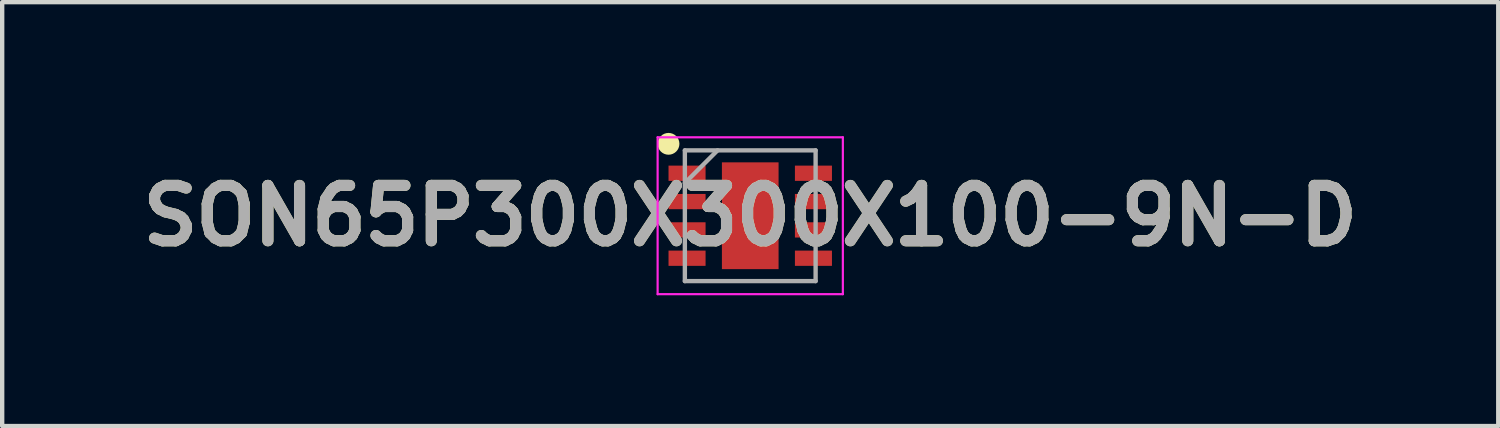
<source format=kicad_pcb>
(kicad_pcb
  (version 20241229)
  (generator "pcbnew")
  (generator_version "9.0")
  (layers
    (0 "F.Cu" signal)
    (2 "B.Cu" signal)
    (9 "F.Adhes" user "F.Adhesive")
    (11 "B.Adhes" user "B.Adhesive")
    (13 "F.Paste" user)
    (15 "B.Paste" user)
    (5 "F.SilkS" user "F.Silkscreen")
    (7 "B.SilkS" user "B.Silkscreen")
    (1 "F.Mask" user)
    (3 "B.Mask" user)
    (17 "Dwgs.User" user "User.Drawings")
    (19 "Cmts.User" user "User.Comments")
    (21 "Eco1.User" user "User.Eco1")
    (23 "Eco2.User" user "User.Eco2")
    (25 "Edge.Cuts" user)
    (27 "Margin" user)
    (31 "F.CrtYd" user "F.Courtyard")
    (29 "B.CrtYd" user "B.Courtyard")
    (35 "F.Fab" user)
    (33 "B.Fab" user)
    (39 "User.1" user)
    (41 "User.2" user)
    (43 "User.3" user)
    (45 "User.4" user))
  (footprint "SON65P300X300X100-9N-D"
    (layer "F.Cu")
    (at 14.164 1.9)
    (property "Reference" "SON65P300X300X100-9N-D" (at 0 0 0) (layer "F.SilkS") (effects (font (size 1.27 1.27) (thickness 0.254))))
    (attr smd)
    (fp_circle (center -1.875 -1.65) (end -1.875 -1.525) (stroke (width 0.25) (type solid)) (fill no) (layer "F.SilkS"))
    (fp_line (start -2.125 -1.8) (end 2.125 -1.8) (stroke (width 0.05) (type solid)) (layer "F.CrtYd"))
    (fp_line (start -2.125 1.8) (end -2.125 -1.8) (stroke (width 0.05) (type solid)) (layer "F.CrtYd"))
    (fp_line (start 2.125 -1.8) (end 2.125 1.8) (stroke (width 0.05) (type solid)) (layer "F.CrtYd"))
    (fp_line (start 2.125 1.8) (end -2.125 1.8) (stroke (width 0.05) (type solid)) (layer "F.CrtYd"))
    (fp_line (start -1.5 -1.5) (end 1.5 -1.5) (stroke (width 0.1) (type solid)) (layer "F.Fab"))
    (fp_line (start -1.5 -0.75) (end -0.75 -1.5) (stroke (width 0.1) (type solid)) (layer "F.Fab"))
    (fp_line (start -1.5 1.5) (end -1.5 -1.5) (stroke (width 0.1) (type solid)) (layer "F.Fab"))
    (fp_line (start 1.5 -1.5) (end 1.5 1.5) (stroke (width 0.1) (type solid)) (layer "F.Fab"))
    (fp_line (start 1.5 1.5) (end -1.5 1.5) (stroke (width 0.1) (type solid)) (layer "F.Fab"))
    (fp_text user "${REFERENCE}" (at 0 0 0) (layer "F.Fab") (effects (font (size 1.27 1.27) (thickness 0.254))))
    (pad "1" smd rect (at -1.45 -0.975 90) (size 0.35 0.85) (layers "F.Cu" "F.Mask" "F.Paste"))
    (pad "2" smd rect (at -1.45 -0.325 90) (size 0.35 0.85) (layers "F.Cu" "F.Mask" "F.Paste"))
    (pad "3" smd rect (at -1.45 0.325 90) (size 0.35 0.85) (layers "F.Cu" "F.Mask" "F.Paste"))
    (pad "4" smd rect (at -1.45 0.975 90) (size 0.35 0.85) (layers "F.Cu" "F.Mask" "F.Paste"))
    (pad "5" smd rect (at 1.45 0.975 90) (size 0.35 0.85) (layers "F.Cu" "F.Mask" "F.Paste"))
    (pad "6" smd rect (at 1.45 0.325 90) (size 0.35 0.85) (layers "F.Cu" "F.Mask" "F.Paste"))
    (pad "7" smd rect (at 1.45 -0.325 90) (size 0.35 0.85) (layers "F.Cu" "F.Mask" "F.Paste"))
    (pad "8" smd rect (at 1.45 -0.975 90) (size 0.35 0.85) (layers "F.Cu" "F.Mask" "F.Paste"))
    (pad "9" smd rect (at 0 0) (size 1.3 2.45) (layers "F.Cu" "F.Mask" "F.Paste")))
  (gr_rect
    (start -3 -3)
    (end 31.327 6.725)
    (stroke (width 0.1) (type default))
    (fill no)
    (layer "Edge.Cuts")))
</source>
